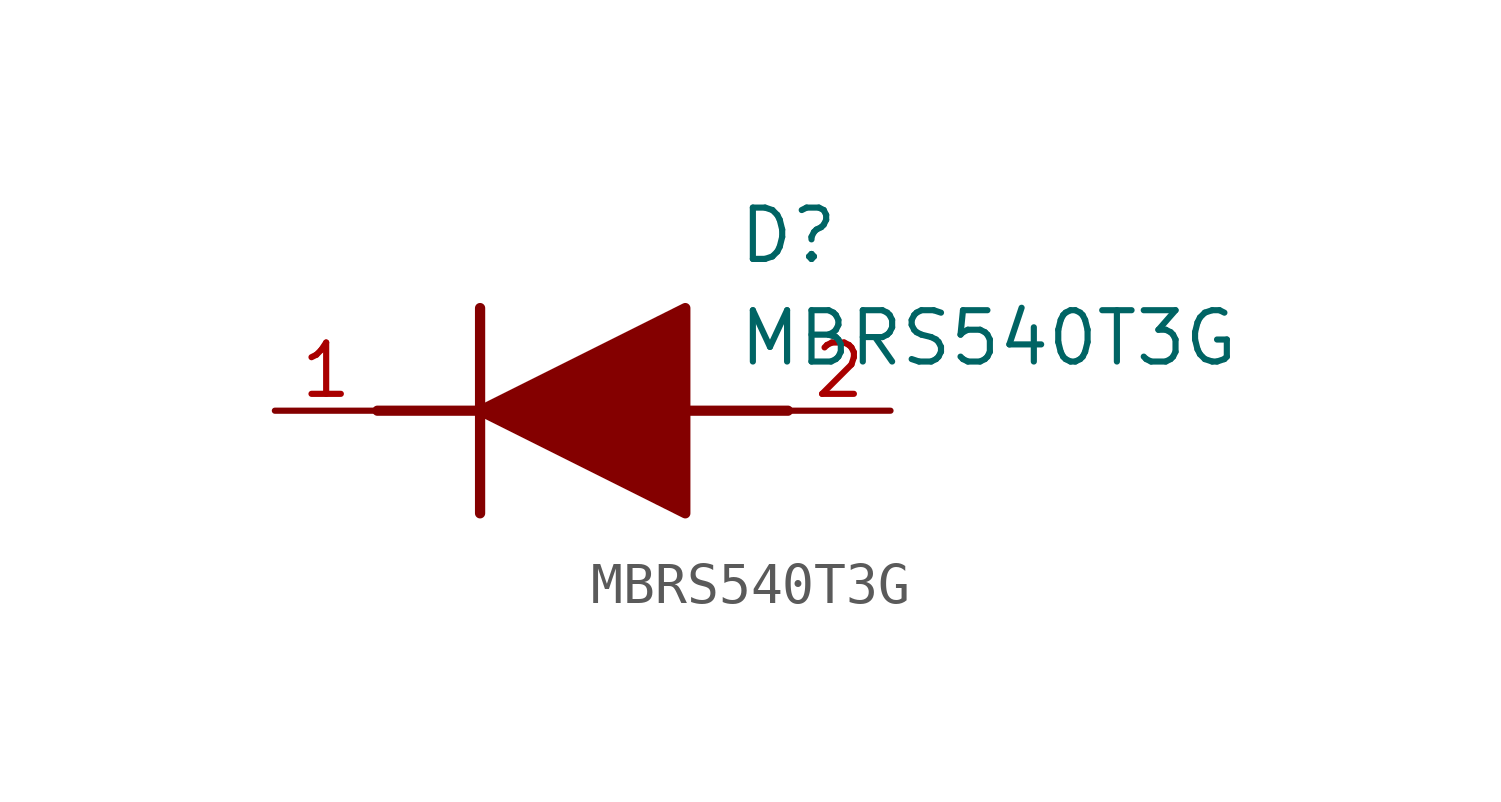
<source format=kicad_sym>
(kicad_symbol_lib
  (version 20211014)
  (generator SamacSys_ECAD_Model)
  (symbol "MBRS540T3G"
    (pin_names hide)
    (property "Reference" "D"
      (at 11.43 5.08 0)
      (effects (font (size 1.27 1.27)) (justify left top)))
    (property "Value" "MBRS540T3G"
      (at 11.43 2.54 0)
      (effects (font (size 1.27 1.27)) (justify left top)))
    (polyline
      (pts (xy 5.08 2.54) (xy 5.08 -2.54))
      (stroke (width 0.254) (type default))
      (fill (type none)))
    (polyline
      (pts (xy 2.54 0) (xy 5.08 0))
      (stroke (width 0.254) (type default))
      (fill (type none)))
    (polyline
      (pts (xy 10.16 0) (xy 12.7 0))
      (stroke (width 0.254) (type default))
      (fill (type none)))
    (polyline
      (pts (xy 5.08 0) (xy 10.16 2.54) (xy 10.16 -2.54) (xy 5.08 0))
      (stroke (width 0.254) (type default))
      (fill (type outline)))
    (pin passive line
      (at 0 0 0)
      (length 2.54)
      (name "K" (effects (font (size 1.27 1.27))))
      (number "1" (effects (font (size 1.27 1.27)))))
    (pin passive line
      (at 15.24 0 180)
      (length 2.54)
      (name "A" (effects (font (size 1.27 1.27))))
      (number "2" (effects (font (size 1.27 1.27)))))))
</source>
